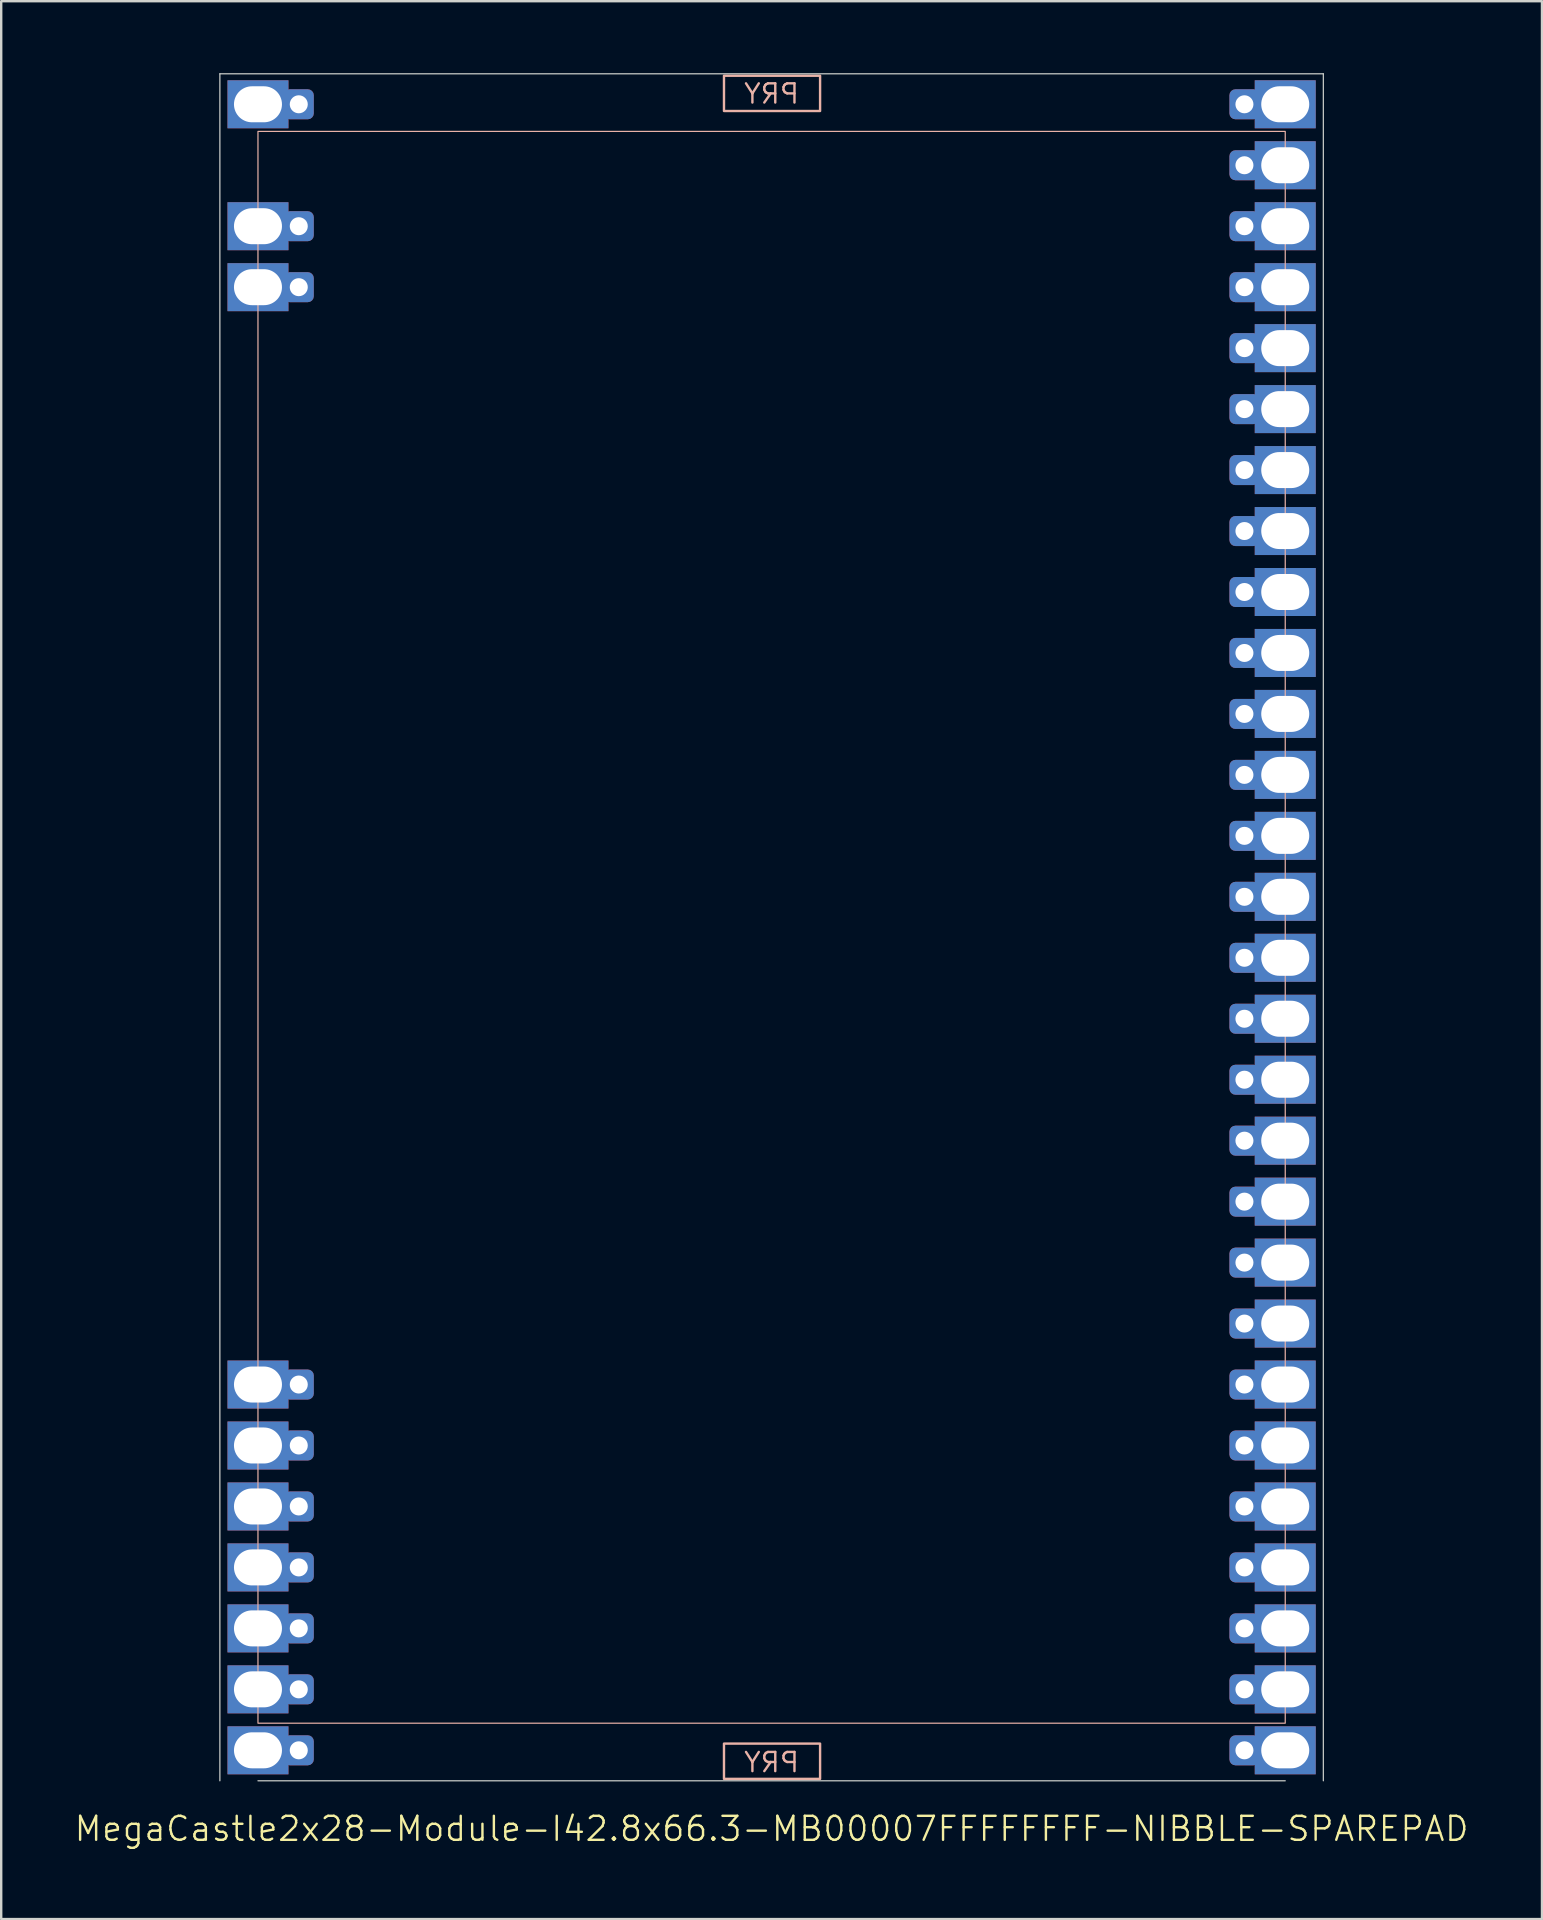
<source format=kicad_pcb>
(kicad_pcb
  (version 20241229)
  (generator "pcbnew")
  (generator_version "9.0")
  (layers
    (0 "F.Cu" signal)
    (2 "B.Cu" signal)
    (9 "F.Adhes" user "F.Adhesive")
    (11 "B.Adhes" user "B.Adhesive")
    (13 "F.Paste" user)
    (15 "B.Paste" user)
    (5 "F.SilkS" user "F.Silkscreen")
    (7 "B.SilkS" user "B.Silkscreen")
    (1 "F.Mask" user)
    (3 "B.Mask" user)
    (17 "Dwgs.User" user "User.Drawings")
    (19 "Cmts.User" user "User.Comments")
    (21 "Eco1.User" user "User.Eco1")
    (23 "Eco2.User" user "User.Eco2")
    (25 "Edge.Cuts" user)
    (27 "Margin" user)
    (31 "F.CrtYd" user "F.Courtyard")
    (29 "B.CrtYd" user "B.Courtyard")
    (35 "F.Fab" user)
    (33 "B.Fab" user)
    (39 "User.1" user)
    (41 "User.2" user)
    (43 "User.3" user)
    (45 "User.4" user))
  (footprint "MegaCastle2x28-Module-I42.8x66.3-MB00007FFFFFFFF-NIBBLE-SPAREPAD"
    (layer "F.Cu")
    (at 29.098 35.585)
    (property "Reference" "MegaCastle2x28-Module-I42.8x66.3-MB00007FFFFFFFF-NIBBLE-SPAREPAD" (at 0 37.56 0) (unlocked yes) (layer "F.SilkS") (effects (font (size 1 1) (thickness 0.1))))
    (attr smd)
    (fp_rect (start -21.4 33.16) (end 21.4 -33.16) (stroke (width 0.05) (type default)) (fill no) (layer "B.SilkS"))
    (fp_rect (start -1.984 -34.011) (end 2.02 -35.48) (stroke (width 0.1) (type default)) (fill no) (layer "B.SilkS"))
    (fp_rect (start -1.984 34.011) (end 2.02 35.48) (stroke (width 0.1) (type default)) (fill no) (layer "B.SilkS"))
    (fp_line (start -22.987 -35.56) (end -22.987 35.56) (stroke (width 0.05) (type default)) (layer "Edge.Cuts"))
    (fp_line (start -22.987 -35.56) (end 22.987 -35.56) (stroke (width 0.05) (type default)) (layer "Edge.Cuts"))
    (fp_line (start -21.4 35.56) (end 21.4 35.56) (stroke (width 0.05) (type default)) (layer "Edge.Cuts"))
    (fp_line (start 22.987 -35.56) (end 22.987 35.56) (stroke (width 0.05) (type default)) (layer "Edge.Cuts"))
    (fp_text user "PRY" (at 0 -34.26 0) (unlocked yes) (layer "B.SilkS") (effects (font (size 0.8 0.8) (thickness 0.1)) (justify bottom mirror)))
    (fp_text user "PRY" (at 0 35.26 0) (unlocked yes) (layer "B.SilkS") (effects (font (size 0.8 0.8) (thickness 0.1)) (justify bottom mirror)))
    (pad "1" thru_hole rect (at -21.4 -34.29) (size 2.54 2) (drill oval 2 1.5) (property pad_prop_castellated) (layers "*.Cu" "*.Mask"))
    (pad "1" thru_hole roundrect (at -19.7 -34.29 180) (size 1.25 1.25) (drill 0.75) (layers "*.Cu" "*.Mask") (roundrect_rratio 0.2))
    (pad "3" thru_hole rect (at -21.4 -29.21) (size 2.54 2) (drill oval 2 1.5) (property pad_prop_castellated) (layers "*.Cu" "*.Mask"))
    (pad "3" thru_hole roundrect (at -19.7 -29.21 180) (size 1.25 1.25) (drill 0.75) (layers "*.Cu" "*.Mask") (roundrect_rratio 0.2))
    (pad "4" thru_hole rect (at -21.4 -26.67) (size 2.54 2) (drill oval 2 1.5) (property pad_prop_castellated) (layers "*.Cu" "*.Mask"))
    (pad "4" thru_hole roundrect (at -19.7 -26.67 180) (size 1.25 1.25) (drill 0.75) (layers "*.Cu" "*.Mask") (roundrect_rratio 0.2))
    (pad "22" thru_hole rect (at -21.4 19.05) (size 2.54 2) (drill oval 2 1.5) (property pad_prop_castellated) (layers "*.Cu" "*.Mask"))
    (pad "22" thru_hole roundrect (at -19.7 19.05 180) (size 1.25 1.25) (drill 0.75) (layers "*.Cu" "*.Mask") (roundrect_rratio 0.2))
    (pad "23" thru_hole rect (at -21.4 21.59) (size 2.54 2) (drill oval 2 1.5) (property pad_prop_castellated) (layers "*.Cu" "*.Mask"))
    (pad "23" thru_hole roundrect (at -19.7 21.59 180) (size 1.25 1.25) (drill 0.75) (layers "*.Cu" "*.Mask") (roundrect_rratio 0.2))
    (pad "24" thru_hole rect (at -21.4 24.13) (size 2.54 2) (drill oval 2 1.5) (property pad_prop_castellated) (layers "*.Cu" "*.Mask"))
    (pad "24" thru_hole roundrect (at -19.7 24.13 180) (size 1.25 1.25) (drill 0.75) (layers "*.Cu" "*.Mask") (roundrect_rratio 0.2))
    (pad "25" thru_hole rect (at -21.4 26.67) (size 2.54 2) (drill oval 2 1.5) (property pad_prop_castellated) (layers "*.Cu" "*.Mask"))
    (pad "25" thru_hole roundrect (at -19.7 26.67 180) (size 1.25 1.25) (drill 0.75) (layers "*.Cu" "*.Mask") (roundrect_rratio 0.2))
    (pad "26" thru_hole rect (at -21.4 29.21) (size 2.54 2) (drill oval 2 1.5) (property pad_prop_castellated) (layers "*.Cu" "*.Mask"))
    (pad "26" thru_hole roundrect (at -19.7 29.21 180) (size 1.25 1.25) (drill 0.75) (layers "*.Cu" "*.Mask") (roundrect_rratio 0.2))
    (pad "27" thru_hole rect (at -21.4 31.75) (size 2.54 2) (drill oval 2 1.5) (property pad_prop_castellated) (layers "*.Cu" "*.Mask"))
    (pad "27" thru_hole roundrect (at -19.7 31.75 180) (size 1.25 1.25) (drill 0.75) (layers "*.Cu" "*.Mask") (roundrect_rratio 0.2))
    (pad "28" thru_hole rect (at -21.4 34.29) (size 2.54 2) (drill oval 2 1.5) (property pad_prop_castellated) (layers "*.Cu" "*.Mask"))
    (pad "28" thru_hole roundrect (at -19.7 34.29 180) (size 1.25 1.25) (drill 0.75) (layers "*.Cu" "*.Mask") (roundrect_rratio 0.2))
    (pad "29" thru_hole roundrect (at 19.7 -34.29 180) (size 1.25 1.25) (drill 0.75) (layers "*.Cu" "*.Mask") (roundrect_rratio 0.2))
    (pad "29" thru_hole rect (at 21.4 -34.29) (size 2.54 2) (drill oval 2 1.5) (property pad_prop_castellated) (layers "*.Cu" "*.Mask"))
    (pad "30" thru_hole roundrect (at 19.7 -31.75 180) (size 1.25 1.25) (drill 0.75) (layers "*.Cu" "*.Mask") (roundrect_rratio 0.2))
    (pad "30" thru_hole rect (at 21.4 -31.75) (size 2.54 2) (drill oval 2 1.5) (property pad_prop_castellated) (layers "*.Cu" "*.Mask"))
    (pad "31" thru_hole roundrect (at 19.7 -29.21 180) (size 1.25 1.25) (drill 0.75) (layers "*.Cu" "*.Mask") (roundrect_rratio 0.2))
    (pad "31" thru_hole rect (at 21.4 -29.21) (size 2.54 2) (drill oval 2 1.5) (property pad_prop_castellated) (layers "*.Cu" "*.Mask"))
    (pad "32" thru_hole roundrect (at 19.7 -26.67 180) (size 1.25 1.25) (drill 0.75) (layers "*.Cu" "*.Mask") (roundrect_rratio 0.2))
    (pad "32" thru_hole rect (at 21.4 -26.67) (size 2.54 2) (drill oval 2 1.5) (property pad_prop_castellated) (layers "*.Cu" "*.Mask"))
    (pad "33" thru_hole roundrect (at 19.7 -24.13 180) (size 1.25 1.25) (drill 0.75) (layers "*.Cu" "*.Mask") (roundrect_rratio 0.2))
    (pad "33" thru_hole rect (at 21.4 -24.13) (size 2.54 2) (drill oval 2 1.5) (property pad_prop_castellated) (layers "*.Cu" "*.Mask"))
    (pad "34" thru_hole roundrect (at 19.7 -21.59 180) (size 1.25 1.25) (drill 0.75) (layers "*.Cu" "*.Mask") (roundrect_rratio 0.2))
    (pad "34" thru_hole rect (at 21.4 -21.59) (size 2.54 2) (drill oval 2 1.5) (property pad_prop_castellated) (layers "*.Cu" "*.Mask"))
    (pad "35" thru_hole roundrect (at 19.7 -19.05 180) (size 1.25 1.25) (drill 0.75) (layers "*.Cu" "*.Mask") (roundrect_rratio 0.2))
    (pad "35" thru_hole rect (at 21.4 -19.05) (size 2.54 2) (drill oval 2 1.5) (property pad_prop_castellated) (layers "*.Cu" "*.Mask"))
    (pad "36" thru_hole roundrect (at 19.7 -16.51 180) (size 1.25 1.25) (drill 0.75) (layers "*.Cu" "*.Mask") (roundrect_rratio 0.2))
    (pad "36" thru_hole rect (at 21.4 -16.51) (size 2.54 2) (drill oval 2 1.5) (property pad_prop_castellated) (layers "*.Cu" "*.Mask"))
    (pad "37" thru_hole roundrect (at 19.7 -13.97 180) (size 1.25 1.25) (drill 0.75) (layers "*.Cu" "*.Mask") (roundrect_rratio 0.2))
    (pad "37" thru_hole rect (at 21.4 -13.97) (size 2.54 2) (drill oval 2 1.5) (property pad_prop_castellated) (layers "*.Cu" "*.Mask"))
    (pad "38" thru_hole roundrect (at 19.7 -11.43 180) (size 1.25 1.25) (drill 0.75) (layers "*.Cu" "*.Mask") (roundrect_rratio 0.2))
    (pad "38" thru_hole rect (at 21.4 -11.43) (size 2.54 2) (drill oval 2 1.5) (property pad_prop_castellated) (layers "*.Cu" "*.Mask"))
    (pad "39" thru_hole roundrect (at 19.7 -8.89 180) (size 1.25 1.25) (drill 0.75) (layers "*.Cu" "*.Mask") (roundrect_rratio 0.2))
    (pad "39" thru_hole rect (at 21.4 -8.89) (size 2.54 2) (drill oval 2 1.5) (property pad_prop_castellated) (layers "*.Cu" "*.Mask"))
    (pad "40" thru_hole roundrect (at 19.7 -6.35 180) (size 1.25 1.25) (drill 0.75) (layers "*.Cu" "*.Mask") (roundrect_rratio 0.2))
    (pad "40" thru_hole rect (at 21.4 -6.35) (size 2.54 2) (drill oval 2 1.5) (property pad_prop_castellated) (layers "*.Cu" "*.Mask"))
    (pad "41" thru_hole roundrect (at 19.7 -3.81 180) (size 1.25 1.25) (drill 0.75) (layers "*.Cu" "*.Mask") (roundrect_rratio 0.2))
    (pad "41" thru_hole rect (at 21.4 -3.81) (size 2.54 2) (drill oval 2 1.5) (property pad_prop_castellated) (layers "*.Cu" "*.Mask"))
    (pad "42" thru_hole roundrect (at 19.7 -1.27 180) (size 1.25 1.25) (drill 0.75) (layers "*.Cu" "*.Mask") (roundrect_rratio 0.2))
    (pad "42" thru_hole rect (at 21.4 -1.27) (size 2.54 2) (drill oval 2 1.5) (property pad_prop_castellated) (layers "*.Cu" "*.Mask"))
    (pad "43" thru_hole roundrect (at 19.7 1.27 180) (size 1.25 1.25) (drill 0.75) (layers "*.Cu" "*.Mask") (roundrect_rratio 0.2))
    (pad "43" thru_hole rect (at 21.4 1.27) (size 2.54 2) (drill oval 2 1.5) (property pad_prop_castellated) (layers "*.Cu" "*.Mask"))
    (pad "44" thru_hole roundrect (at 19.7 3.81 180) (size 1.25 1.25) (drill 0.75) (layers "*.Cu" "*.Mask") (roundrect_rratio 0.2))
    (pad "44" thru_hole rect (at 21.4 3.81) (size 2.54 2) (drill oval 2 1.5) (property pad_prop_castellated) (layers "*.Cu" "*.Mask"))
    (pad "45" thru_hole roundrect (at 19.7 6.35 180) (size 1.25 1.25) (drill 0.75) (layers "*.Cu" "*.Mask") (roundrect_rratio 0.2))
    (pad "45" thru_hole rect (at 21.4 6.35) (size 2.54 2) (drill oval 2 1.5) (property pad_prop_castellated) (layers "*.Cu" "*.Mask"))
    (pad "46" thru_hole roundrect (at 19.7 8.89 180) (size 1.25 1.25) (drill 0.75) (layers "*.Cu" "*.Mask") (roundrect_rratio 0.2))
    (pad "46" thru_hole rect (at 21.4 8.89) (size 2.54 2) (drill oval 2 1.5) (property pad_prop_castellated) (layers "*.Cu" "*.Mask"))
    (pad "47" thru_hole roundrect (at 19.7 11.43 180) (size 1.25 1.25) (drill 0.75) (layers "*.Cu" "*.Mask") (roundrect_rratio 0.2))
    (pad "47" thru_hole rect (at 21.4 11.43) (size 2.54 2) (drill oval 2 1.5) (property pad_prop_castellated) (layers "*.Cu" "*.Mask"))
    (pad "48" thru_hole roundrect (at 19.7 13.97 180) (size 1.25 1.25) (drill 0.75) (layers "*.Cu" "*.Mask") (roundrect_rratio 0.2))
    (pad "48" thru_hole rect (at 21.4 13.97) (size 2.54 2) (drill oval 2 1.5) (property pad_prop_castellated) (layers "*.Cu" "*.Mask"))
    (pad "49" thru_hole roundrect (at 19.7 16.51 180) (size 1.25 1.25) (drill 0.75) (layers "*.Cu" "*.Mask") (roundrect_rratio 0.2))
    (pad "49" thru_hole rect (at 21.4 16.51) (size 2.54 2) (drill oval 2 1.5) (property pad_prop_castellated) (layers "*.Cu" "*.Mask"))
    (pad "50" thru_hole roundrect (at 19.7 19.05 180) (size 1.25 1.25) (drill 0.75) (layers "*.Cu" "*.Mask") (roundrect_rratio 0.2))
    (pad "50" thru_hole rect (at 21.4 19.05) (size 2.54 2) (drill oval 2 1.5) (property pad_prop_castellated) (layers "*.Cu" "*.Mask"))
    (pad "51" thru_hole roundrect (at 19.7 21.59 180) (size 1.25 1.25) (drill 0.75) (layers "*.Cu" "*.Mask") (roundrect_rratio 0.2))
    (pad "51" thru_hole rect (at 21.4 21.59) (size 2.54 2) (drill oval 2 1.5) (property pad_prop_castellated) (layers "*.Cu" "*.Mask"))
    (pad "52" thru_hole roundrect (at 19.7 24.13 180) (size 1.25 1.25) (drill 0.75) (layers "*.Cu" "*.Mask") (roundrect_rratio 0.2))
    (pad "52" thru_hole rect (at 21.4 24.13) (size 2.54 2) (drill oval 2 1.5) (property pad_prop_castellated) (layers "*.Cu" "*.Mask"))
    (pad "53" thru_hole roundrect (at 19.7 26.67 180) (size 1.25 1.25) (drill 0.75) (layers "*.Cu" "*.Mask") (roundrect_rratio 0.2))
    (pad "53" thru_hole rect (at 21.4 26.67) (size 2.54 2) (drill oval 2 1.5) (property pad_prop_castellated) (layers "*.Cu" "*.Mask"))
    (pad "54" thru_hole roundrect (at 19.7 29.21 180) (size 1.25 1.25) (drill 0.75) (layers "*.Cu" "*.Mask") (roundrect_rratio 0.2))
    (pad "54" thru_hole rect (at 21.4 29.21) (size 2.54 2) (drill oval 2 1.5) (property pad_prop_castellated) (layers "*.Cu" "*.Mask"))
    (pad "55" thru_hole roundrect (at 19.7 31.75 180) (size 1.25 1.25) (drill 0.75) (layers "*.Cu" "*.Mask") (roundrect_rratio 0.2))
    (pad "55" thru_hole rect (at 21.4 31.75) (size 2.54 2) (drill oval 2 1.5) (property pad_prop_castellated) (layers "*.Cu" "*.Mask"))
    (pad "56" thru_hole roundrect (at 19.7 34.29 180) (size 1.25 1.25) (drill 0.75) (layers "*.Cu" "*.Mask") (roundrect_rratio 0.2))
    (pad "56" thru_hole rect (at 21.4 34.29) (size 2.54 2) (drill oval 2 1.5) (property pad_prop_castellated) (layers "*.Cu" "*.Mask"))
    (zone (net_name "") (layer "B.Cu") (hatch edge 0.5) (connect_pads) (min_thickness 0.25) (filled_areas_thickness no) (keepout (tracks allowed) (vias allowed) (pads allowed) (copperpour allowed) (footprints not_allowed)) (placement (enabled no)) (fill) (polygon (pts (xy 7.698 71.145) (xy 7.698 0.025))))
    (zone (net_name "") (layer "B.Cu") (hatch edge 0.5) (connect_pads) (min_thickness 0.25) (filled_areas_thickness no) (keepout (tracks allowed) (vias allowed) (pads allowed) (copperpour allowed) (footprints not_allowed)) (placement (enabled no)) (fill) (polygon (pts (xy 50.498 71.145) (xy 50.498 0.025))))
    (zone (net_name "") (layer "B.Cu") (hatch edge 0.5) (connect_pads) (min_thickness 0.25) (filled_areas_thickness no) (keepout (tracks allowed) (vias allowed) (pads allowed) (copperpour allowed) (footprints not_allowed)) (placement (enabled no)) (fill) (polygon (pts (xy 7.698 0.025) (xy 7.698 2.425) (xy 50.498 2.425) (xy 50.498 0.025))))
    (zone (net_name "") (layer "B.Cu") (hatch edge 0.5) (connect_pads) (min_thickness 0.25) (filled_areas_thickness no) (keepout (tracks allowed) (vias allowed) (pads allowed) (copperpour allowed) (footprints not_allowed)) (placement (enabled no)) (fill) (polygon (pts (xy 7.698 71.145) (xy 7.698 68.745) (xy 50.498 68.745) (xy 50.498 71.145))))
    (zone (net_name "") (layer "B.Cu") (name "Upper Pry Zone") (hatch edge 0.5) (connect_pads) (min_thickness 0.25) (filled_areas_thickness no) (keepout (tracks not_allowed) (vias not_allowed) (pads not_allowed) (copperpour allowed) (footprints not_allowed)) (placement (enabled no)) (fill) (polygon (pts (xy 27.113 1.574) (xy 27.113 0.105) (xy 31.117 0.105) (xy 31.117 1.574))))
    (zone (net_name "") (layer "B.Cu") (name "Upper Pry Zone") (hatch edge 0.5) (connect_pads) (min_thickness 0.25) (filled_areas_thickness no) (keepout (tracks not_allowed) (vias not_allowed) (pads not_allowed) (copperpour allowed) (footprints not_allowed)) (placement (enabled no)) (fill) (polygon (pts (xy 27.113 69.596) (xy 27.113 71.065) (xy 31.117 71.065) (xy 31.117 69.596)))))
  (gr_rect
    (start -3 -3)
    (end 61.195 76.906)
    (stroke (width 0.1) (type default))
    (fill no)
    (layer "Edge.Cuts")))
</source>
